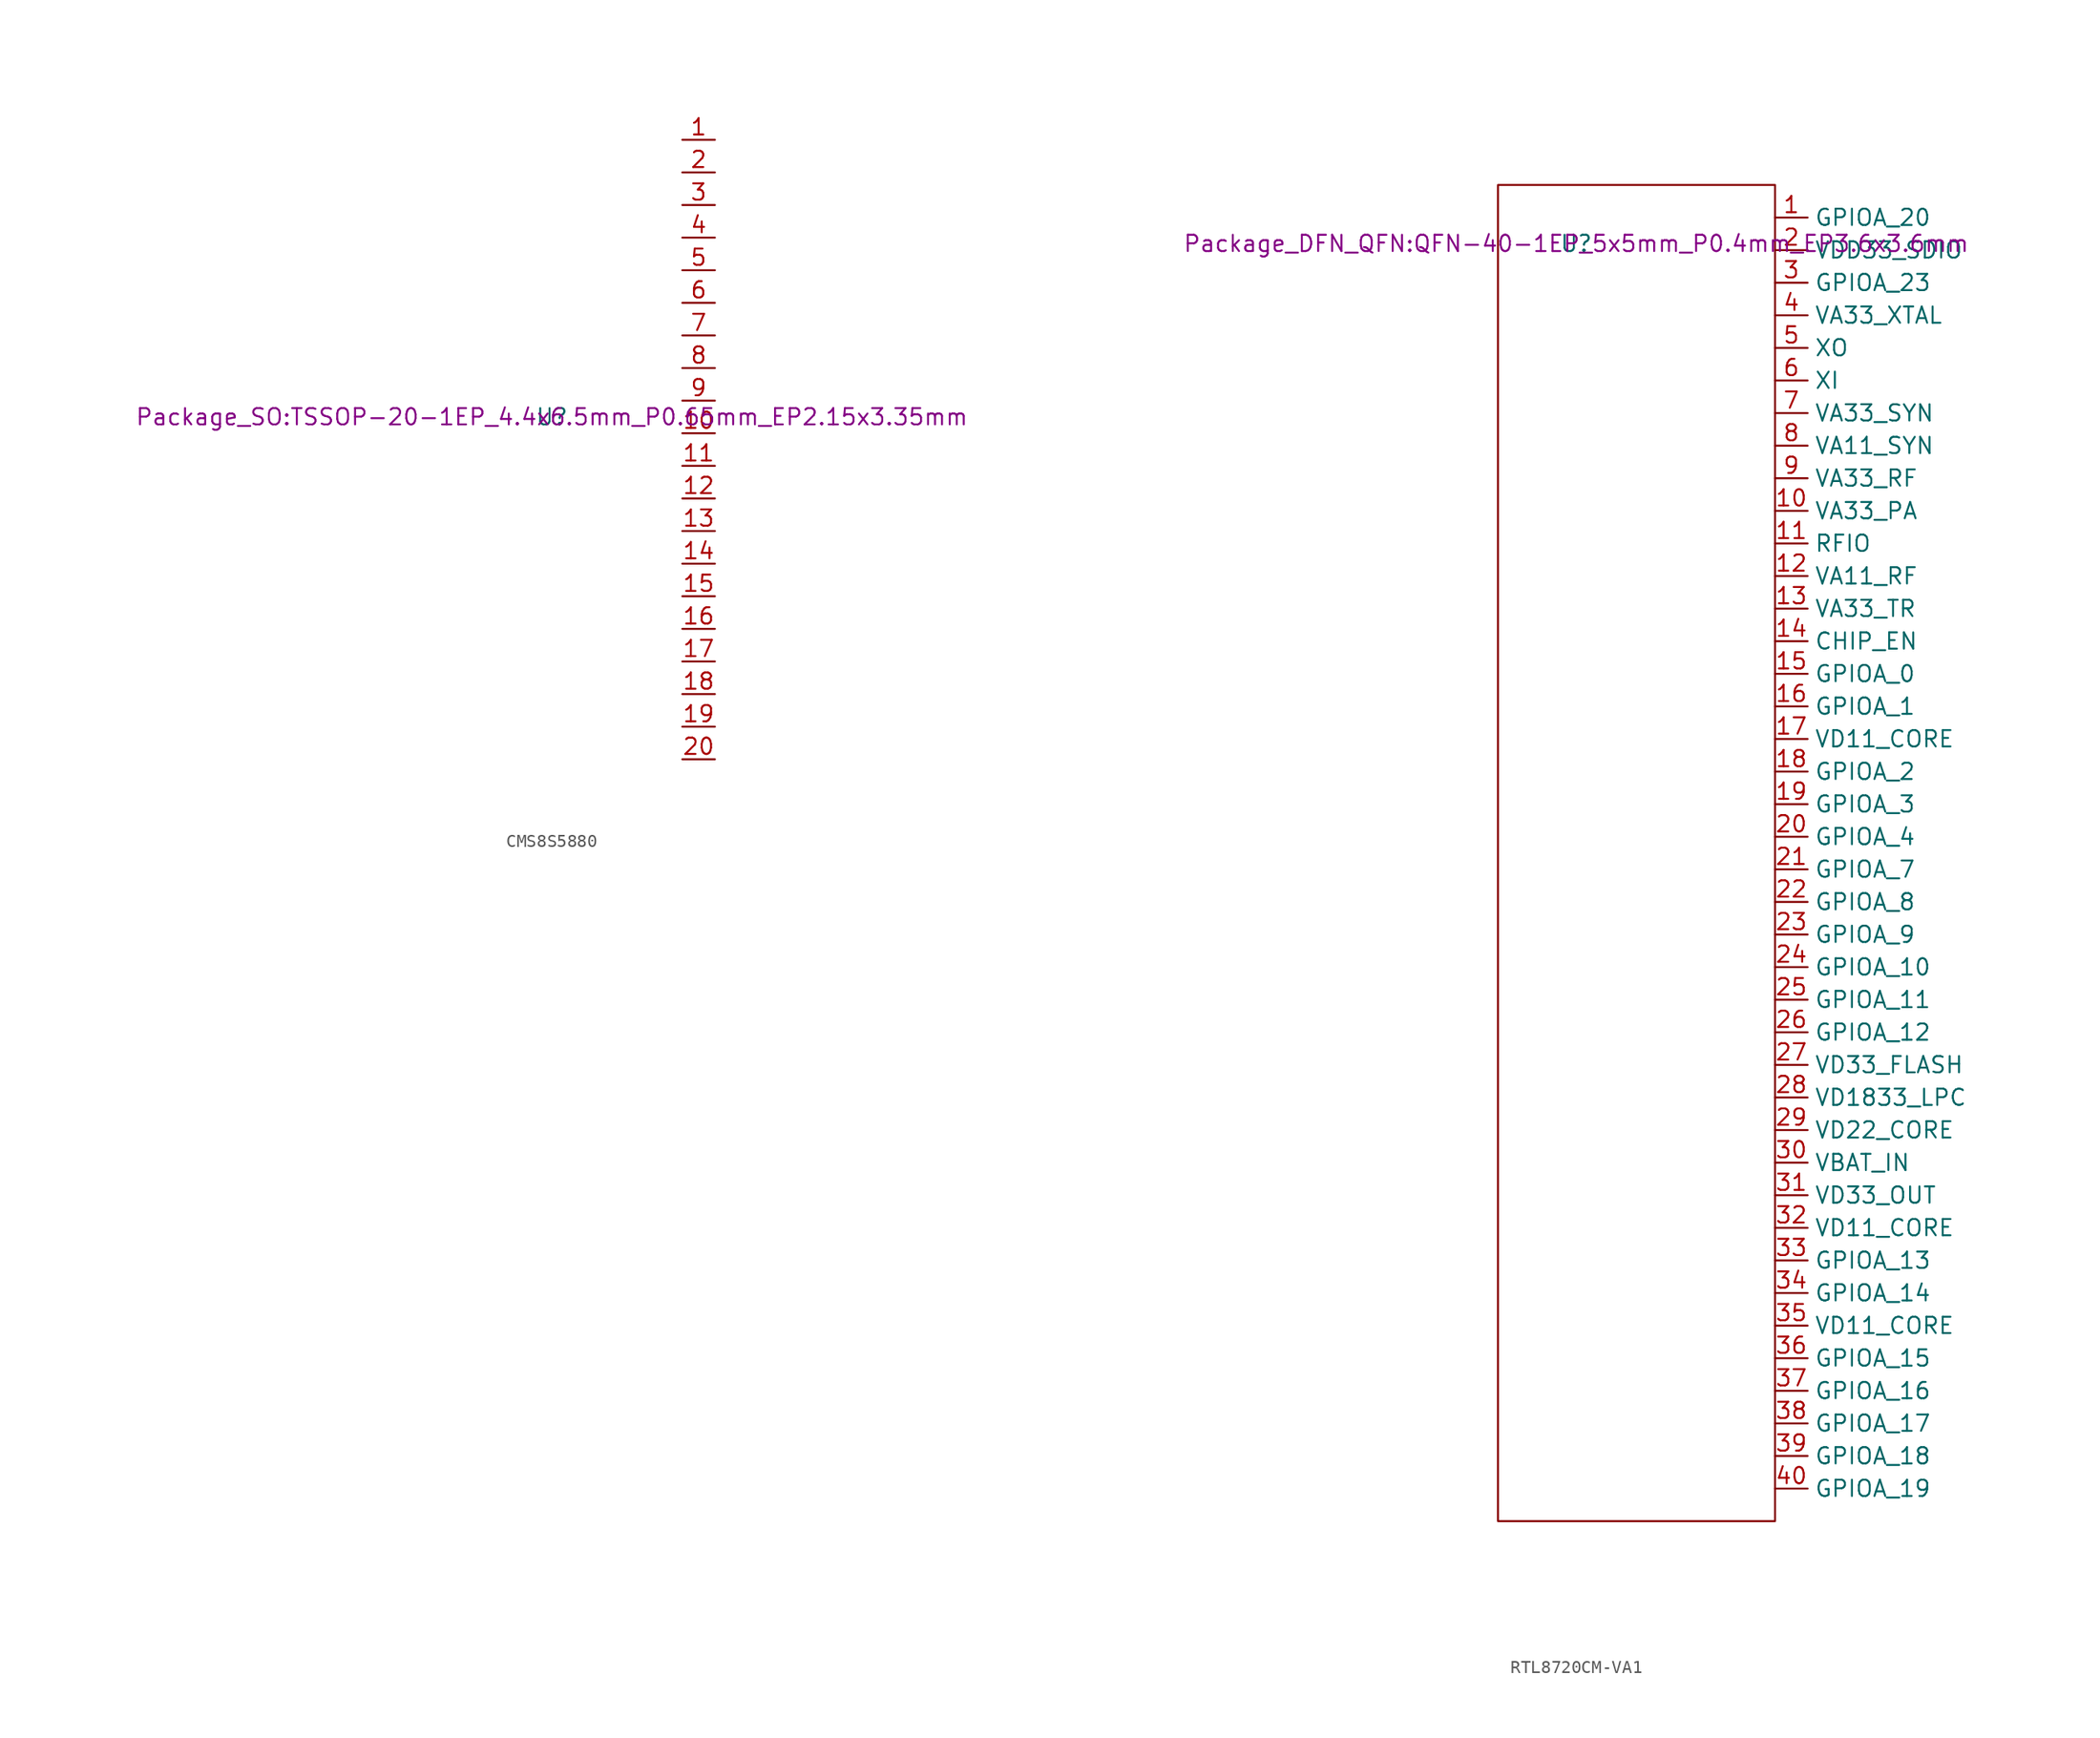
<source format=kicad_sym>
(kicad_symbol_lib
  (version 20231120)
  (generator "kicad_symbol_editor")
  (generator_version "8.0")
  (symbol "CMS8S5880"
    (property "Reference" "U"
      (at 0 0 0)
      (effects (font (size 1.27 1.27))))
    (property "Value" ""
      (at 0 0 0)
      (effects (font (size 1.27 1.27))))
    (property "Footprint" "Package_SO:TSSOP-20-1EP_4.4x6.5mm_P0.65mm_EP2.15x3.35mm"
      (at 0 0 0)
      (effects (font (size 1.27 1.27))))
    (symbol "CMS8S5880_1_1"
      (pin bidirectional line (at 10.16 21.59 0) (length 2.54) (name "" (effects (font (size 1.27 1.27)))) (number "1" (effects (font (size 1.27 1.27)))))
      (pin bidirectional line (at 10.16 -1.27 0) (length 2.54) (name "" (effects (font (size 1.27 1.27)))) (number "10" (effects (font (size 1.27 1.27)))))
      (pin bidirectional line (at 10.16 -3.81 0) (length 2.54) (name "" (effects (font (size 1.27 1.27)))) (number "11" (effects (font (size 1.27 1.27)))))
      (pin bidirectional line (at 10.16 -6.35 0) (length 2.54) (name "" (effects (font (size 1.27 1.27)))) (number "12" (effects (font (size 1.27 1.27)))))
      (pin bidirectional line (at 10.16 -8.89 0) (length 2.54) (name "" (effects (font (size 1.27 1.27)))) (number "13" (effects (font (size 1.27 1.27)))))
      (pin bidirectional line (at 10.16 -11.43 0) (length 2.54) (name "" (effects (font (size 1.27 1.27)))) (number "14" (effects (font (size 1.27 1.27)))))
      (pin bidirectional line (at 10.16 -13.97 0) (length 2.54) (name "" (effects (font (size 1.27 1.27)))) (number "15" (effects (font (size 1.27 1.27)))))
      (pin bidirectional line (at 10.16 -16.51 0) (length 2.54) (name "" (effects (font (size 1.27 1.27)))) (number "16" (effects (font (size 1.27 1.27)))))
      (pin bidirectional line (at 10.16 -19.05 0) (length 2.54) (name "" (effects (font (size 1.27 1.27)))) (number "17" (effects (font (size 1.27 1.27)))))
      (pin bidirectional line (at 10.16 -21.59 0) (length 2.54) (name "" (effects (font (size 1.27 1.27)))) (number "18" (effects (font (size 1.27 1.27)))))
      (pin bidirectional line (at 10.16 -24.13 0) (length 2.54) (name "" (effects (font (size 1.27 1.27)))) (number "19" (effects (font (size 1.27 1.27)))))
      (pin bidirectional line (at 10.16 19.05 0) (length 2.54) (name "" (effects (font (size 1.27 1.27)))) (number "2" (effects (font (size 1.27 1.27)))))
      (pin bidirectional line (at 10.16 -26.67 0) (length 2.54) (name "" (effects (font (size 1.27 1.27)))) (number "20" (effects (font (size 1.27 1.27)))))
      (pin bidirectional line (at 10.16 16.51 0) (length 2.54) (name "" (effects (font (size 1.27 1.27)))) (number "3" (effects (font (size 1.27 1.27)))))
      (pin bidirectional line (at 10.16 13.97 0) (length 2.54) (name "" (effects (font (size 1.27 1.27)))) (number "4" (effects (font (size 1.27 1.27)))))
      (pin bidirectional line (at 10.16 11.43 0) (length 2.54) (name "" (effects (font (size 1.27 1.27)))) (number "5" (effects (font (size 1.27 1.27)))))
      (pin bidirectional line (at 10.16 8.89 0) (length 2.54) (name "" (effects (font (size 1.27 1.27)))) (number "6" (effects (font (size 1.27 1.27)))))
      (pin bidirectional line (at 10.16 6.35 0) (length 2.54) (name "" (effects (font (size 1.27 1.27)))) (number "7" (effects (font (size 1.27 1.27)))))
      (pin bidirectional line (at 10.16 3.81 0) (length 2.54) (name "" (effects (font (size 1.27 1.27)))) (number "8" (effects (font (size 1.27 1.27)))))
      (pin bidirectional line (at 10.16 1.27 0) (length 2.54) (name "" (effects (font (size 1.27 1.27)))) (number "9" (effects (font (size 1.27 1.27)))))))
  (symbol "RTL8720CM-VA1"
    (property "Reference" "U"
      (at 6.096 99.568 0)
      (effects (font (size 1.27 1.27))))
    (property "Value" ""
      (at 6.096 99.568 0)
      (effects (font (size 1.27 1.27))))
    (property "Footprint" "Package_DFN_QFN:QFN-40-1EP_5x5mm_P0.4mm_EP3.6x3.6mm"
      (at 6.096 99.568 0)
      (effects (font (size 1.27 1.27))))
    (symbol "RTL8720CM-VA1_0_1"
      (rectangle (start 0 0) (end 21.59 104.14) (stroke (width 0) (type default)) (fill (type none))))
    (symbol "RTL8720CM-VA1_1_1"
      (pin bidirectional line (at 21.59 101.6 0) (length 2.54) (name "GPIOA_20" (effects (font (size 1.27 1.27)))) (number "1" (effects (font (size 1.27 1.27)))))
      (pin bidirectional line (at 21.59 78.74 0) (length 2.54) (name "VA33_PA" (effects (font (size 1.27 1.27)))) (number "10" (effects (font (size 1.27 1.27)))))
      (pin bidirectional line (at 21.59 76.2 0) (length 2.54) (name "RFIO" (effects (font (size 1.27 1.27)))) (number "11" (effects (font (size 1.27 1.27)))))
      (pin bidirectional line (at 21.59 73.66 0) (length 2.54) (name "VA11_RF" (effects (font (size 1.27 1.27)))) (number "12" (effects (font (size 1.27 1.27)))))
      (pin bidirectional line (at 21.59 71.12 0) (length 2.54) (name "VA33_TR" (effects (font (size 1.27 1.27)))) (number "13" (effects (font (size 1.27 1.27)))))
      (pin bidirectional line (at 21.59 68.58 0) (length 2.54) (name "CHIP_EN" (effects (font (size 1.27 1.27)))) (number "14" (effects (font (size 1.27 1.27)))))
      (pin bidirectional line (at 21.59 66.04 0) (length 2.54) (name "GPIOA_0" (effects (font (size 1.27 1.27)))) (number "15" (effects (font (size 1.27 1.27)))))
      (pin bidirectional line (at 21.59 63.5 0) (length 2.54) (name "GPIOA_1" (effects (font (size 1.27 1.27)))) (number "16" (effects (font (size 1.27 1.27)))))
      (pin bidirectional line (at 21.59 60.96 0) (length 2.54) (name "VD11_CORE" (effects (font (size 1.27 1.27)))) (number "17" (effects (font (size 1.27 1.27)))))
      (pin bidirectional line (at 21.59 58.42 0) (length 2.54) (name "GPIOA_2" (effects (font (size 1.27 1.27)))) (number "18" (effects (font (size 1.27 1.27)))))
      (pin bidirectional line (at 21.59 55.88 0) (length 2.54) (name "GPIOA_3" (effects (font (size 1.27 1.27)))) (number "19" (effects (font (size 1.27 1.27)))))
      (pin bidirectional line (at 21.59 99.06 0) (length 2.54) (name "VDD33_SDIO" (effects (font (size 1.27 1.27)))) (number "2" (effects (font (size 1.27 1.27)))))
      (pin bidirectional line (at 21.59 53.34 0) (length 2.54) (name "GPIOA_4" (effects (font (size 1.27 1.27)))) (number "20" (effects (font (size 1.27 1.27)))))
      (pin bidirectional line (at 21.59 50.8 0) (length 2.54) (name "GPIOA_7" (effects (font (size 1.27 1.27)))) (number "21" (effects (font (size 1.27 1.27)))))
      (pin bidirectional line (at 21.59 48.26 0) (length 2.54) (name "GPIOA_8" (effects (font (size 1.27 1.27)))) (number "22" (effects (font (size 1.27 1.27)))))
      (pin bidirectional line (at 21.59 45.72 0) (length 2.54) (name "GPIOA_9" (effects (font (size 1.27 1.27)))) (number "23" (effects (font (size 1.27 1.27)))))
      (pin bidirectional line (at 21.59 43.18 0) (length 2.54) (name "GPIOA_10" (effects (font (size 1.27 1.27)))) (number "24" (effects (font (size 1.27 1.27)))))
      (pin bidirectional line (at 21.59 40.64 0) (length 2.54) (name "GPIOA_11" (effects (font (size 1.27 1.27)))) (number "25" (effects (font (size 1.27 1.27)))))
      (pin bidirectional line (at 21.59 38.1 0) (length 2.54) (name "GPIOA_12" (effects (font (size 1.27 1.27)))) (number "26" (effects (font (size 1.27 1.27)))))
      (pin bidirectional line (at 21.59 35.56 0) (length 2.54) (name "VD33_FLASH" (effects (font (size 1.27 1.27)))) (number "27" (effects (font (size 1.27 1.27)))))
      (pin bidirectional line (at 21.59 33.02 0) (length 2.54) (name "VD1833_LPC" (effects (font (size 1.27 1.27)))) (number "28" (effects (font (size 1.27 1.27)))))
      (pin bidirectional line (at 21.59 30.48 0) (length 2.54) (name "VD22_CORE" (effects (font (size 1.27 1.27)))) (number "29" (effects (font (size 1.27 1.27)))))
      (pin bidirectional line (at 21.59 96.52 0) (length 2.54) (name "GPIOA_23" (effects (font (size 1.27 1.27)))) (number "3" (effects (font (size 1.27 1.27)))))
      (pin bidirectional line (at 21.59 27.94 0) (length 2.54) (name "VBAT_IN" (effects (font (size 1.27 1.27)))) (number "30" (effects (font (size 1.27 1.27)))))
      (pin bidirectional line (at 21.59 25.4 0) (length 2.54) (name "VD33_OUT" (effects (font (size 1.27 1.27)))) (number "31" (effects (font (size 1.27 1.27)))))
      (pin bidirectional line (at 21.59 22.86 0) (length 2.54) (name "VD11_CORE" (effects (font (size 1.27 1.27)))) (number "32" (effects (font (size 1.27 1.27)))))
      (pin bidirectional line (at 21.59 20.32 0) (length 2.54) (name "GPIOA_13" (effects (font (size 1.27 1.27)))) (number "33" (effects (font (size 1.27 1.27)))))
      (pin bidirectional line (at 21.59 17.78 0) (length 2.54) (name "GPIOA_14" (effects (font (size 1.27 1.27)))) (number "34" (effects (font (size 1.27 1.27)))))
      (pin bidirectional line (at 21.59 15.24 0) (length 2.54) (name "VD11_CORE" (effects (font (size 1.27 1.27)))) (number "35" (effects (font (size 1.27 1.27)))))
      (pin bidirectional line (at 21.59 12.7 0) (length 2.54) (name "GPIOA_15" (effects (font (size 1.27 1.27)))) (number "36" (effects (font (size 1.27 1.27)))))
      (pin bidirectional line (at 21.59 10.16 0) (length 2.54) (name "GPIOA_16" (effects (font (size 1.27 1.27)))) (number "37" (effects (font (size 1.27 1.27)))))
      (pin bidirectional line (at 21.59 7.62 0) (length 2.54) (name "GPIOA_17" (effects (font (size 1.27 1.27)))) (number "38" (effects (font (size 1.27 1.27)))))
      (pin bidirectional line (at 21.59 5.08 0) (length 2.54) (name "GPIOA_18" (effects (font (size 1.27 1.27)))) (number "39" (effects (font (size 1.27 1.27)))))
      (pin bidirectional line (at 21.59 93.98 0) (length 2.54) (name "VA33_XTAL" (effects (font (size 1.27 1.27)))) (number "4" (effects (font (size 1.27 1.27)))))
      (pin bidirectional line (at 21.59 2.54 0) (length 2.54) (name "GPIOA_19" (effects (font (size 1.27 1.27)))) (number "40" (effects (font (size 1.27 1.27)))))
      (pin bidirectional line (at 21.59 91.44 0) (length 2.54) (name "XO" (effects (font (size 1.27 1.27)))) (number "5" (effects (font (size 1.27 1.27)))))
      (pin bidirectional line (at 21.59 88.9 0) (length 2.54) (name "XI" (effects (font (size 1.27 1.27)))) (number "6" (effects (font (size 1.27 1.27)))))
      (pin bidirectional line (at 21.59 86.36 0) (length 2.54) (name "VA33_SYN" (effects (font (size 1.27 1.27)))) (number "7" (effects (font (size 1.27 1.27)))))
      (pin bidirectional line (at 21.59 83.82 0) (length 2.54) (name "VA11_SYN" (effects (font (size 1.27 1.27)))) (number "8" (effects (font (size 1.27 1.27)))))
      (pin bidirectional line (at 21.59 81.28 0) (length 2.54) (name "VA33_RF" (effects (font (size 1.27 1.27)))) (number "9" (effects (font (size 1.27 1.27))))))))
</source>
